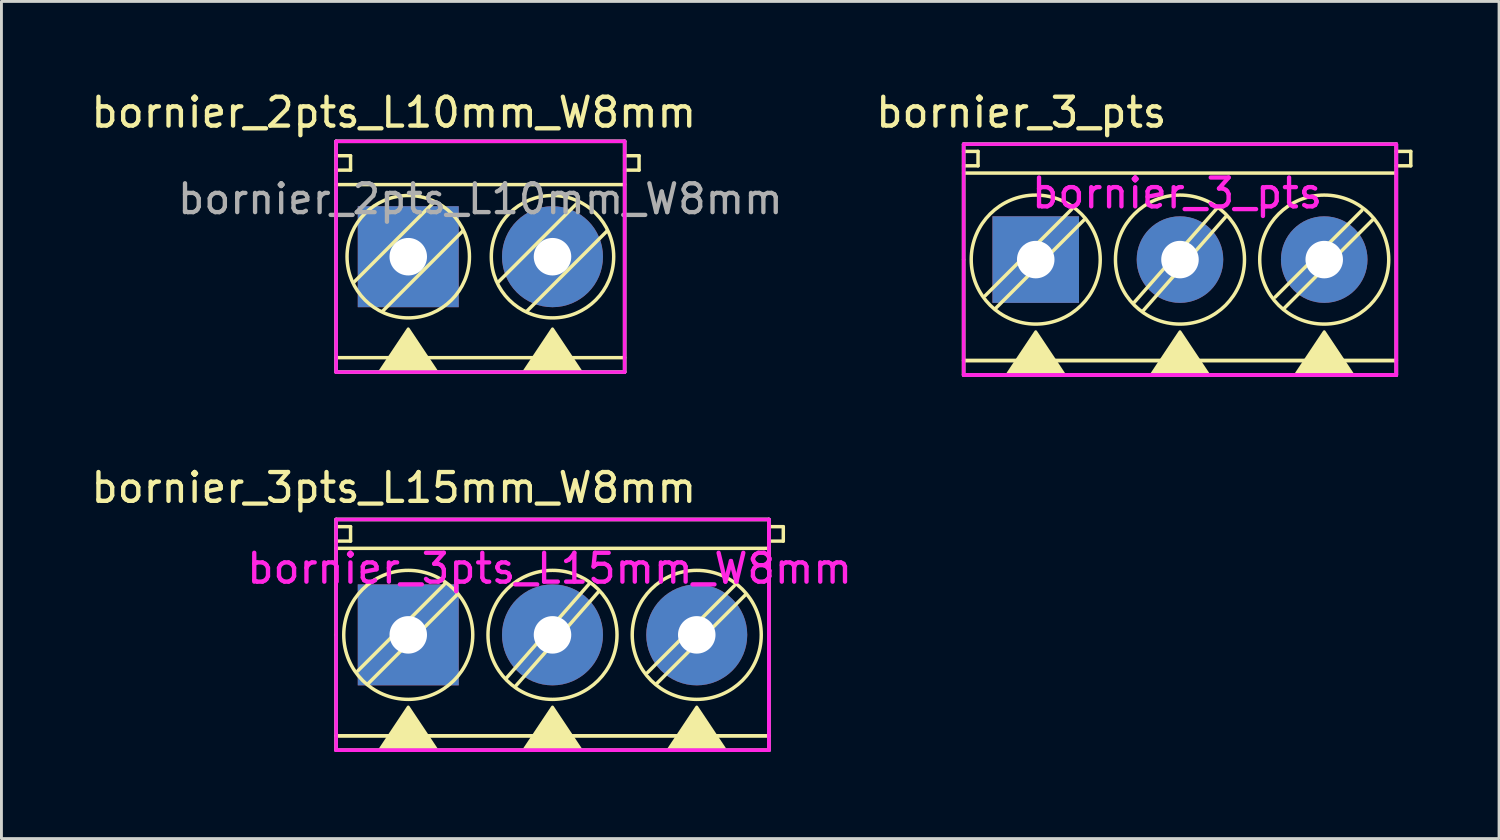
<source format=kicad_pcb>
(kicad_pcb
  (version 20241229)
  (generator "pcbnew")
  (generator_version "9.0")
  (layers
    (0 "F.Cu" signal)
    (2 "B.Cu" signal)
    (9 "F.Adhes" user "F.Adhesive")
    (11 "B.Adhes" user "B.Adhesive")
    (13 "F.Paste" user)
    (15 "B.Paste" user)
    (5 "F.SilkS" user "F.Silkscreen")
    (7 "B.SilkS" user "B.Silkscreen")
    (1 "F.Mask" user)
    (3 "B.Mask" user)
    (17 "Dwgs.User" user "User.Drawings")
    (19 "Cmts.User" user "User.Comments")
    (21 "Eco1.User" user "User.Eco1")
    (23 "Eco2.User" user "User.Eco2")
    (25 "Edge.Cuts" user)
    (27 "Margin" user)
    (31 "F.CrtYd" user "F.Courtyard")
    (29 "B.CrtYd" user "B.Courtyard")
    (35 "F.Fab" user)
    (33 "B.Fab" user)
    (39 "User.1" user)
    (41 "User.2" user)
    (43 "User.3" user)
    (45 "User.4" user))
  (footprint "bornier_3_pts"
    (layer "F.Cu")
    (at 32.851 5.948)
    (property "Reference" "bornier_3_pts" (at -0.5 -5.1 0) (layer "F.SilkS") (effects (font (size 1 1) (thickness 0.15))))
    (attr through_hole)
    (fp_line (start -2.5 -4) (end 12.5 -4) (stroke (width 0.12) (type solid)) (layer "F.SilkS"))
    (fp_line (start -2.5 -3.75) (end -2 -3.75) (stroke (width 0.12) (type solid)) (layer "F.SilkS"))
    (fp_line (start -2.5 -3) (end 12.5 -3) (stroke (width 0.12) (type solid)) (layer "F.SilkS"))
    (fp_line (start -2.5 0) (end -2.5 -4) (stroke (width 0.12) (type solid)) (layer "F.SilkS"))
    (fp_line (start -2.5 3.5) (end 12.5 3.5) (stroke (width 0.12) (type solid)) (layer "F.SilkS"))
    (fp_line (start -2.5 4) (end -2.5 0) (stroke (width 0.12) (type solid)) (layer "F.SilkS"))
    (fp_line (start -2 -3.75) (end -2 -3.25) (stroke (width 0.12) (type solid)) (layer "F.SilkS"))
    (fp_line (start -2 -3.25) (end -2.5 -3.25) (stroke (width 0.12) (type solid)) (layer "F.SilkS"))
    (fp_line (start -1.4 1.7) (end 1.7 -1.4) (stroke (width 0.12) (type solid)) (layer "F.SilkS"))
    (fp_line (start 1.25 -1.75) (end -1.75 1.25) (stroke (width 0.12) (type solid)) (layer "F.SilkS"))
    (fp_line (start 3.7 1.8) (end 6.6 -1.5) (stroke (width 0.12) (type solid)) (layer "F.SilkS"))
    (fp_line (start 6.3 -1.8) (end 3.4 1.5) (stroke (width 0.12) (type solid)) (layer "F.SilkS"))
    (fp_line (start 11.3 -1.7) (end 8.3 1.3) (stroke (width 0.12) (type solid)) (layer "F.SilkS"))
    (fp_line (start 11.7 -1.4) (end 8.6 1.7) (stroke (width 0.12) (type solid)) (layer "F.SilkS"))
    (fp_line (start 12.5 -4) (end 12.5 4) (stroke (width 0.12) (type solid)) (layer "F.SilkS"))
    (fp_line (start 12.5 -3.75) (end 13 -3.75) (stroke (width 0.12) (type solid)) (layer "F.SilkS"))
    (fp_line (start 12.5 3.5) (end -2.5 3.5) (stroke (width 0.12) (type solid)) (layer "F.SilkS"))
    (fp_line (start 12.5 4) (end -2.5 4) (stroke (width 0.12) (type solid)) (layer "F.SilkS"))
    (fp_line (start 13 -3.75) (end 13 -3.25) (stroke (width 0.12) (type solid)) (layer "F.SilkS"))
    (fp_line (start 13 -3.25) (end 12.5 -3.25) (stroke (width 0.12) (type solid)) (layer "F.SilkS"))
    (fp_circle (center 0 0) (end 2 -1) (stroke (width 0.12) (type solid)) (fill no) (layer "F.SilkS"))
    (fp_circle (center 5 0) (end 6 -2) (stroke (width 0.12) (type solid)) (fill no) (layer "F.SilkS"))
    (fp_circle (center 10 0) (end 11 -2) (stroke (width 0.12) (type solid)) (fill no) (layer "F.SilkS"))
    (fp_poly (pts (xy 0 2.5) (xy -1 4) (xy 1 4)) (stroke (width 0.1) (type solid)) (fill yes) (layer "F.SilkS"))
    (fp_poly (pts (xy 5 2.5) (xy 4 4) (xy 6 4)) (stroke (width 0.1) (type solid)) (fill yes) (layer "F.SilkS"))
    (fp_poly (pts (xy 10 2.5) (xy 9 4) (xy 11 4)) (stroke (width 0.1) (type solid)) (fill yes) (layer "F.SilkS"))
    (fp_line (start -2.5 -4) (end 12.5 -4) (stroke (width 0.12) (type solid)) (layer "F.CrtYd"))
    (fp_line (start -2.5 4) (end -2.5 -4) (stroke (width 0.12) (type solid)) (layer "F.CrtYd"))
    (fp_line (start 12.5 -4) (end 12.5 4) (stroke (width 0.12) (type solid)) (layer "F.CrtYd"))
    (fp_line (start 12.5 -4) (end 12.5 4) (stroke (width 0.12) (type solid)) (layer "F.CrtYd"))
    (fp_line (start 12.5 4) (end -2.5 4) (stroke (width 0.12) (type solid)) (layer "F.CrtYd"))
    (fp_line (start 12.5 4) (end -2.5 4) (stroke (width 0.12) (type solid)) (layer "F.CrtYd"))
    (fp_line (start -2.5 -4) (end 12.5 -4) (stroke (width 0.12) (type solid)) (layer "F.Fab"))
    (fp_line (start -2.5 4) (end -2.5 -4) (stroke (width 0.12) (type solid)) (layer "F.Fab"))
    (fp_line (start 12.5 -4) (end 12.5 4) (stroke (width 0.12) (type solid)) (layer "F.Fab"))
    (fp_line (start 12.5 4) (end -2.5 4) (stroke (width 0.12) (type solid)) (layer "F.Fab"))
    (fp_text user "${REFERENCE}" (at 4.9 -2.3 0) (layer "F.CrtYd") (effects (font (size 1 1) (thickness 0.15))))
    (pad "1" thru_hole rect (at 0 0) (size 3 3) (drill 1.3) (layers "*.Cu" "*.Mask"))
    (pad "2" thru_hole circle (at 5 0) (size 3 3) (drill 1.3) (layers "*.Cu" "*.Mask"))
    (pad "3" thru_hole circle (at 10 0) (size 3 3) (drill 1.3) (layers "*.Cu" "*.Mask")))
  (footprint "bornier_2pts_L10mm_W8mm"
    (layer "F.Cu")
    (at 11.101 5.848)
    (property "Reference" "bornier_2pts_L10mm_W8mm" (at -0.5 -5 0) (layer "F.SilkS") (effects (font (size 1 1) (thickness 0.15))))
    (attr through_hole)
    (fp_line (start -2.5 -4) (end 7.5 -4) (stroke (width 0.12) (type solid)) (layer "F.SilkS"))
    (fp_line (start -2.5 -3.5) (end -2 -3.5) (stroke (width 0.12) (type solid)) (layer "F.SilkS"))
    (fp_line (start -2.5 -2.5) (end 7.5 -2.5) (stroke (width 0.12) (type solid)) (layer "F.SilkS"))
    (fp_line (start -2.5 3.5) (end 7.5 3.5) (stroke (width 0.12) (type solid)) (layer "F.SilkS"))
    (fp_line (start -2.5 4) (end -2.5 -4) (stroke (width 0.12) (type solid)) (layer "F.SilkS"))
    (fp_line (start -2 -3.5) (end -2 -3) (stroke (width 0.12) (type solid)) (layer "F.SilkS"))
    (fp_line (start -2 -3) (end -2.5 -3) (stroke (width 0.12) (type solid)) (layer "F.SilkS"))
    (fp_line (start -0.9 1.9) (end 1.9 -0.9) (stroke (width 0.12) (type solid)) (layer "F.SilkS"))
    (fp_line (start 0.9 -1.9) (end -1.9 0.9) (stroke (width 0.12) (type solid)) (layer "F.SilkS"))
    (fp_line (start 5.9 -1.9) (end 3.1 0.9) (stroke (width 0.12) (type solid)) (layer "F.SilkS"))
    (fp_line (start 6.9 -0.9) (end 4.1 1.9) (stroke (width 0.12) (type solid)) (layer "F.SilkS"))
    (fp_line (start 7.5 -4) (end 7.5 4) (stroke (width 0.12) (type solid)) (layer "F.SilkS"))
    (fp_line (start 7.5 -3.5) (end 8 -3.5) (stroke (width 0.12) (type solid)) (layer "F.SilkS"))
    (fp_line (start 7.5 4) (end -2.5 4) (stroke (width 0.12) (type solid)) (layer "F.SilkS"))
    (fp_line (start 8 -3.5) (end 8 -3) (stroke (width 0.12) (type solid)) (layer "F.SilkS"))
    (fp_line (start 8 -3) (end 7.5 -3) (stroke (width 0.12) (type solid)) (layer "F.SilkS"))
    (fp_circle (center 0 0) (end 1.5 -1.5) (stroke (width 0.12) (type solid)) (fill no) (layer "F.SilkS"))
    (fp_circle (center 5 0) (end 6.5 -1.5) (stroke (width 0.12) (type solid)) (fill no) (layer "F.SilkS"))
    (fp_poly (pts (xy 0 2.5) (xy -1 4) (xy 1 4)) (stroke (width 0.1) (type solid)) (fill yes) (layer "F.SilkS"))
    (fp_poly (pts (xy 5 2.5) (xy 4 4) (xy 6 4)) (stroke (width 0.1) (type solid)) (fill yes) (layer "F.SilkS"))
    (fp_line (start -2.5 -4) (end 7.5 -4) (stroke (width 0.12) (type solid)) (layer "F.CrtYd"))
    (fp_line (start -2.5 4) (end -2.5 -4) (stroke (width 0.12) (type solid)) (layer "F.CrtYd"))
    (fp_line (start 7.5 -4) (end 7.5 4) (stroke (width 0.12) (type solid)) (layer "F.CrtYd"))
    (fp_line (start 7.5 4) (end -2.5 4) (stroke (width 0.12) (type solid)) (layer "F.CrtYd"))
    (fp_line (start -2.5 -4) (end 7.5 -4) (stroke (width 0.12) (type solid)) (layer "F.Fab"))
    (fp_line (start -2.5 4) (end -2.5 -4) (stroke (width 0.12) (type solid)) (layer "F.Fab"))
    (fp_line (start 7.5 -4) (end 7.5 4) (stroke (width 0.12) (type solid)) (layer "F.Fab"))
    (fp_line (start 7.5 4) (end -2.5 4) (stroke (width 0.12) (type solid)) (layer "F.Fab"))
    (fp_text user "${REFERENCE}" (at 2.5 -2 0) (layer "F.Fab") (effects (font (size 1 1) (thickness 0.15))))
    (pad "1" thru_hole rect (at 0 0) (size 3.5 3.5) (drill 1.3) (layers "*.Cu" "*.Mask"))
    (pad "2" thru_hole circle (at 5 0) (size 3.5 3.5) (drill 1.3) (layers "*.Cu" "*.Mask")))
  (footprint "bornier_3pts_L15mm_W8mm"
    (layer "F.Cu")
    (at 11.101 18.956)
    (property "Reference" "bornier_3pts_L15mm_W8mm" (at -0.5 -5.1 0) (layer "F.SilkS") (effects (font (size 1 1) (thickness 0.15))))
    (attr through_hole)
    (fp_line (start -2.5 -4) (end 12.5 -4) (stroke (width 0.12) (type solid)) (layer "F.SilkS"))
    (fp_line (start -2.5 -3.75) (end -2 -3.75) (stroke (width 0.12) (type solid)) (layer "F.SilkS"))
    (fp_line (start -2.5 -3) (end 12.5 -3) (stroke (width 0.12) (type solid)) (layer "F.SilkS"))
    (fp_line (start -2.5 0) (end -2.5 -4) (stroke (width 0.12) (type solid)) (layer "F.SilkS"))
    (fp_line (start -2.5 3.5) (end 12.5 3.5) (stroke (width 0.12) (type solid)) (layer "F.SilkS"))
    (fp_line (start -2.5 4) (end -2.5 0) (stroke (width 0.12) (type solid)) (layer "F.SilkS"))
    (fp_line (start -2 -3.75) (end -2 -3.25) (stroke (width 0.12) (type solid)) (layer "F.SilkS"))
    (fp_line (start -2 -3.25) (end -2.5 -3.25) (stroke (width 0.12) (type solid)) (layer "F.SilkS"))
    (fp_line (start -1.4 1.7) (end 1.7 -1.4) (stroke (width 0.12) (type solid)) (layer "F.SilkS"))
    (fp_line (start 1.25 -1.75) (end -1.75 1.25) (stroke (width 0.12) (type solid)) (layer "F.SilkS"))
    (fp_line (start 3.7 1.8) (end 6.6 -1.5) (stroke (width 0.12) (type solid)) (layer "F.SilkS"))
    (fp_line (start 6.3 -1.8) (end 3.4 1.5) (stroke (width 0.12) (type solid)) (layer "F.SilkS"))
    (fp_line (start 11.3 -1.7) (end 8.3 1.3) (stroke (width 0.12) (type solid)) (layer "F.SilkS"))
    (fp_line (start 11.7 -1.4) (end 8.6 1.7) (stroke (width 0.12) (type solid)) (layer "F.SilkS"))
    (fp_line (start 12.5 -4) (end 12.5 4) (stroke (width 0.12) (type solid)) (layer "F.SilkS"))
    (fp_line (start 12.5 -3.75) (end 13 -3.75) (stroke (width 0.12) (type solid)) (layer "F.SilkS"))
    (fp_line (start 12.5 3.5) (end -2.5 3.5) (stroke (width 0.12) (type solid)) (layer "F.SilkS"))
    (fp_line (start 12.5 4) (end -2.5 4) (stroke (width 0.12) (type solid)) (layer "F.SilkS"))
    (fp_line (start 13 -3.75) (end 13 -3.25) (stroke (width 0.12) (type solid)) (layer "F.SilkS"))
    (fp_line (start 13 -3.25) (end 12.5 -3.25) (stroke (width 0.12) (type solid)) (layer "F.SilkS"))
    (fp_circle (center 0 0) (end 2 -1) (stroke (width 0.12) (type solid)) (fill no) (layer "F.SilkS"))
    (fp_circle (center 5 0) (end 6 -2) (stroke (width 0.12) (type solid)) (fill no) (layer "F.SilkS"))
    (fp_circle (center 10 0) (end 11 -2) (stroke (width 0.12) (type solid)) (fill no) (layer "F.SilkS"))
    (fp_poly (pts (xy 0 2.5) (xy -1 4) (xy 1 4)) (stroke (width 0.1) (type solid)) (fill yes) (layer "F.SilkS"))
    (fp_poly (pts (xy 5 2.5) (xy 4 4) (xy 6 4)) (stroke (width 0.1) (type solid)) (fill yes) (layer "F.SilkS"))
    (fp_poly (pts (xy 10 2.5) (xy 9 4) (xy 11 4)) (stroke (width 0.1) (type solid)) (fill yes) (layer "F.SilkS"))
    (fp_line (start -2.5 -4) (end 12.5 -4) (stroke (width 0.12) (type solid)) (layer "F.CrtYd"))
    (fp_line (start -2.5 4) (end -2.5 -4) (stroke (width 0.12) (type solid)) (layer "F.CrtYd"))
    (fp_line (start 12.5 -4) (end 12.5 4) (stroke (width 0.12) (type solid)) (layer "F.CrtYd"))
    (fp_line (start 12.5 -4) (end 12.5 4) (stroke (width 0.12) (type solid)) (layer "F.CrtYd"))
    (fp_line (start 12.5 4) (end -2.5 4) (stroke (width 0.12) (type solid)) (layer "F.CrtYd"))
    (fp_line (start 12.5 4) (end -2.5 4) (stroke (width 0.12) (type solid)) (layer "F.CrtYd"))
    (fp_line (start -2.5 -4) (end 12.5 -4) (stroke (width 0.12) (type solid)) (layer "F.Fab"))
    (fp_line (start -2.5 4) (end -2.5 -4) (stroke (width 0.12) (type solid)) (layer "F.Fab"))
    (fp_line (start 12.5 -4) (end 12.5 4) (stroke (width 0.12) (type solid)) (layer "F.Fab"))
    (fp_line (start 12.5 4) (end -2.5 4) (stroke (width 0.12) (type solid)) (layer "F.Fab"))
    (fp_text user "${REFERENCE}" (at 4.9 -2.3 0) (layer "F.CrtYd") (effects (font (size 1 1) (thickness 0.15))))
    (pad "1" thru_hole rect (at 0 0) (size 3.5 3.5) (drill 1.3) (layers "*.Cu" "*.Mask"))
    (pad "2" thru_hole circle (at 5 0) (size 3.5 3.5) (drill 1.3) (layers "*.Cu" "*.Mask"))
    (pad "3" thru_hole circle (at 10 0) (size 3.5 3.5) (drill 1.3) (layers "*.Cu" "*.Mask")))
  (gr_rect
    (start -3 -3)
    (end 48.911 26.017)
    (stroke (width 0.1) (type default))
    (fill no)
    (layer "Edge.Cuts")))
</source>
